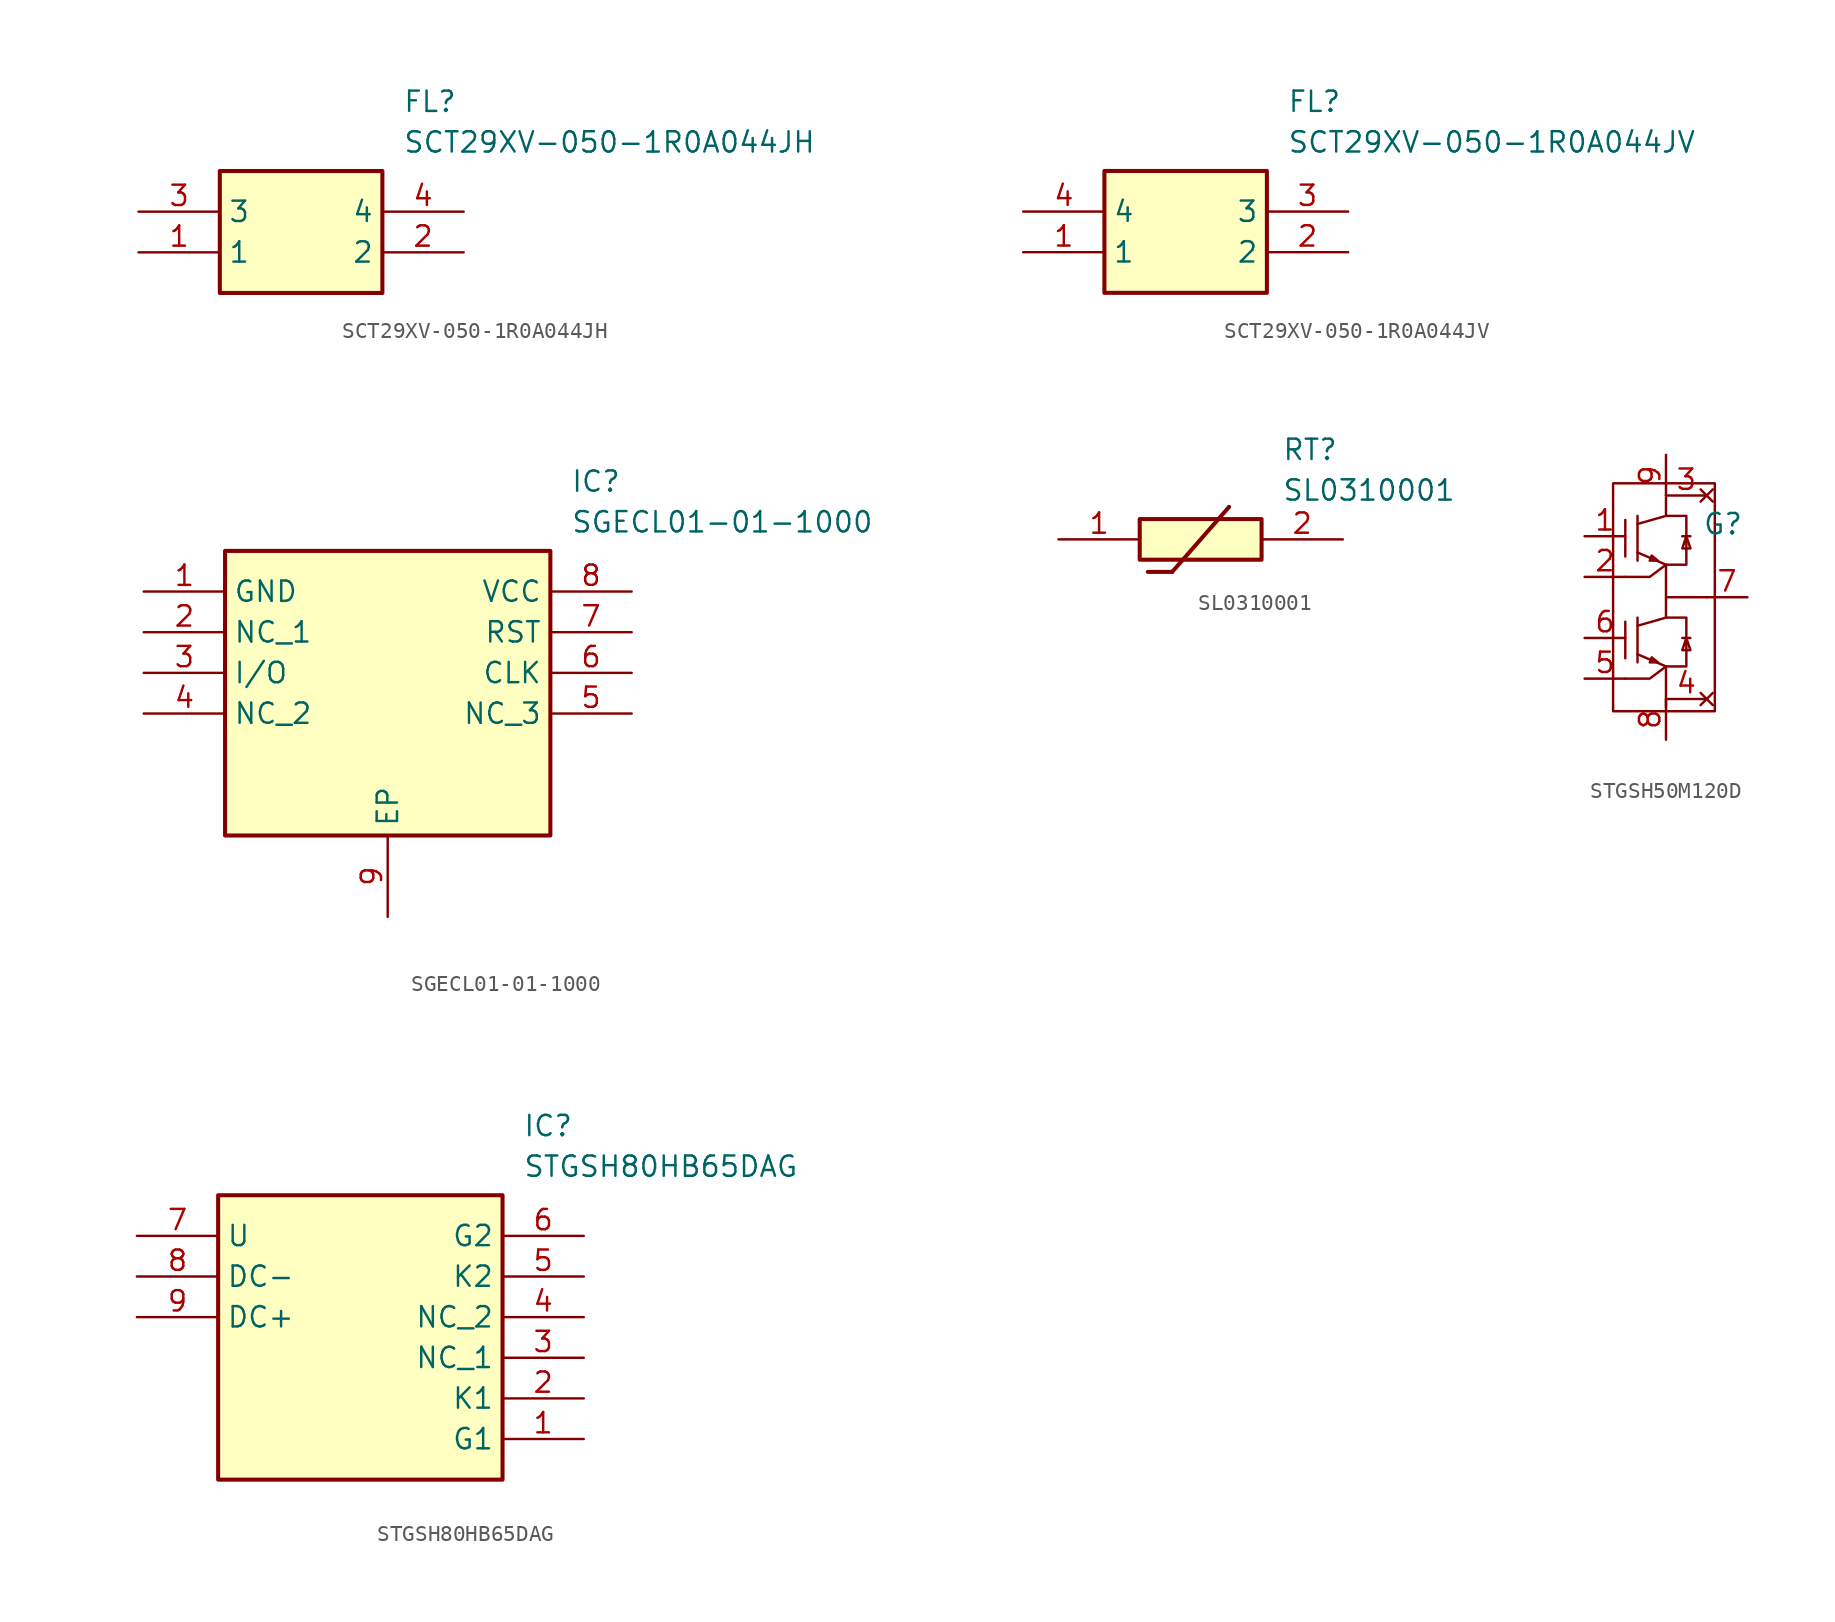
<source format=kicad_sym>
(kicad_symbol_lib
  (version 20241209)
  (generator "kicad_symbol_editor")
  (generator_version "9.0")
  (symbol "SCT29XV-050-1R0A044JH"
    (property "Reference" "FL"
      (at 16.51 7.62 0)
      (effects (font (size 1.27 1.27)) (justify left top)))
    (property "Value" "SCT29XV-050-1R0A044JH"
      (at 16.51 5.08 0)
      (effects (font (size 1.27 1.27)) (justify left top)))
    (symbol "SCT29XV-050-1R0A044JH_1_1"
      (rectangle (start 5.08 2.54) (end 15.24 -5.08) (stroke (width 0.254) (type default)) (fill (type background)))
      (pin passive line (at 0 0 0) (length 5.08) (name "3" (effects (font (size 1.27 1.27)))) (number "3" (effects (font (size 1.27 1.27)))))
      (pin passive line (at 0 -2.54 0) (length 5.08) (name "1" (effects (font (size 1.27 1.27)))) (number "1" (effects (font (size 1.27 1.27)))))
      (pin passive line (at 20.32 0 180) (length 5.08) (name "4" (effects (font (size 1.27 1.27)))) (number "4" (effects (font (size 1.27 1.27)))))
      (pin passive line (at 20.32 -2.54 180) (length 5.08) (name "2" (effects (font (size 1.27 1.27)))) (number "2" (effects (font (size 1.27 1.27)))))))
  (symbol "SCT29XV-050-1R0A044JV"
    (property "Reference" "FL"
      (at 16.51 7.62 0)
      (effects (font (size 1.27 1.27)) (justify left top)))
    (property "Value" "SCT29XV-050-1R0A044JV"
      (at 16.51 5.08 0)
      (effects (font (size 1.27 1.27)) (justify left top)))
    (symbol "SCT29XV-050-1R0A044JV_1_1"
      (rectangle (start 5.08 2.54) (end 15.24 -5.08) (stroke (width 0.254) (type default)) (fill (type background)))
      (pin passive line (at 0 0 0) (length 5.08) (name "4" (effects (font (size 1.27 1.27)))) (number "4" (effects (font (size 1.27 1.27)))))
      (pin passive line (at 0 -2.54 0) (length 5.08) (name "1" (effects (font (size 1.27 1.27)))) (number "1" (effects (font (size 1.27 1.27)))))
      (pin passive line (at 20.32 0 180) (length 5.08) (name "3" (effects (font (size 1.27 1.27)))) (number "3" (effects (font (size 1.27 1.27)))))
      (pin passive line (at 20.32 -2.54 180) (length 5.08) (name "2" (effects (font (size 1.27 1.27)))) (number "2" (effects (font (size 1.27 1.27)))))))
  (symbol "SGECL01-01-1000"
    (property "Reference" "IC"
      (at 26.67 7.62 0)
      (effects (font (size 1.27 1.27)) (justify left top)))
    (property "Value" "SGECL01-01-1000"
      (at 26.67 5.08 0)
      (effects (font (size 1.27 1.27)) (justify left top)))
    (symbol "SGECL01-01-1000_1_1"
      (rectangle (start 5.08 2.54) (end 25.4 -15.24) (stroke (width 0.254) (type default)) (fill (type background)))
      (pin passive line (at 0 0 0) (length 5.08) (name "GND" (effects (font (size 1.27 1.27)))) (number "1" (effects (font (size 1.27 1.27)))))
      (pin passive line (at 0 -2.54 0) (length 5.08) (name "NC_1" (effects (font (size 1.27 1.27)))) (number "2" (effects (font (size 1.27 1.27)))))
      (pin passive line (at 0 -5.08 0) (length 5.08) (name "I/O" (effects (font (size 1.27 1.27)))) (number "3" (effects (font (size 1.27 1.27)))))
      (pin passive line (at 0 -7.62 0) (length 5.08) (name "NC_2" (effects (font (size 1.27 1.27)))) (number "4" (effects (font (size 1.27 1.27)))))
      (pin passive line (at 15.24 -20.32 90) (length 5.08) (name "EP" (effects (font (size 1.27 1.27)))) (number "9" (effects (font (size 1.27 1.27)))))
      (pin passive line (at 30.48 0 180) (length 5.08) (name "VCC" (effects (font (size 1.27 1.27)))) (number "8" (effects (font (size 1.27 1.27)))))
      (pin passive line (at 30.48 -2.54 180) (length 5.08) (name "RST" (effects (font (size 1.27 1.27)))) (number "7" (effects (font (size 1.27 1.27)))))
      (pin passive line (at 30.48 -5.08 180) (length 5.08) (name "CLK" (effects (font (size 1.27 1.27)))) (number "6" (effects (font (size 1.27 1.27)))))
      (pin passive line (at 30.48 -7.62 180) (length 5.08) (name "NC_3" (effects (font (size 1.27 1.27)))) (number "5" (effects (font (size 1.27 1.27)))))))
  (symbol "SL0310001"
    (pin_names
      (hide yes))
    (property "Reference" "RT"
      (at 13.97 6.35 0)
      (effects (font (size 1.27 1.27)) (justify left top)))
    (property "Value" "SL0310001"
      (at 13.97 3.81 0)
      (effects (font (size 1.27 1.27)) (justify left top)))
    (symbol "SL0310001_1_1"
      (rectangle (start 5.08 1.27) (end 12.7 -1.27) (stroke (width 0.254) (type default)) (fill (type background)))
      (polyline (pts (xy 5.588 -2.032) (xy 7.112 -2.032)) (stroke (width 0.254) (type default)) (fill (type none)))
      (polyline (pts (xy 10.668 2.032) (xy 7.112 -2.032)) (stroke (width 0.254) (type default)) (fill (type none)))
      (pin passive line (at 0 0 0) (length 5.08) (name "1" (effects (font (size 1.27 1.27)))) (number "1" (effects (font (size 1.27 1.27)))))
      (pin passive line (at 17.78 0 180) (length 5.08) (name "2" (effects (font (size 1.27 1.27)))) (number "2" (effects (font (size 1.27 1.27)))))))
  (symbol "STGSH50M120D"
    (pin_names
      (offset 0)
      (hide yes))
    (property "Reference" "G"
      (at 3.556 4.572 0)
      (effects (font (size 1.27 1.27))))
    (symbol "STGSH50M120D_0_1"
      (rectangle (start -3.302 7.112) (end 3.048 -7.112) (stroke (width 0) (type default)) (fill (type none)))
      (polyline (pts (xy -2.54 4.826) (xy -2.54 2.54)) (stroke (width 0) (type default)) (fill (type none)))
      (polyline (pts (xy -2.54 1.27) (xy -1.016 1.27) (xy 0 2.032) (xy 0 0) (xy 0 0) (xy 2.54 0)) (stroke (width 0) (type default)) (fill (type none)))
      (polyline (pts (xy -2.54 -1.524) (xy -2.54 -3.81)) (stroke (width 0) (type default)) (fill (type none)))
      (polyline (pts (xy -2.54 -5.08) (xy -1.016 -5.08) (xy 0 -4.318)) (stroke (width 0) (type default)) (fill (type none)))
      (polyline (pts (xy -1.778 5.08) (xy -1.778 2.286)) (stroke (width 0) (type default)) (fill (type none)))
      (polyline (pts (xy -1.778 2.794) (xy 0 2.032)) (stroke (width 0) (type default)) (fill (type none)))
      (polyline (pts (xy -1.778 -1.27) (xy -1.778 -4.064)) (stroke (width 0) (type default)) (fill (type none)))
      (polyline (pts (xy -1.778 -3.556) (xy 0 -4.318)) (stroke (width 0) (type default)) (fill (type none)))
      (polyline (pts (xy -1.016 2.286) (xy -0.508 2.286) (xy -0.89 2.602) (xy -1.016 2.286)) (stroke (width 0) (type default)) (fill (type none)))
      (polyline (pts (xy -1.016 -4.064) (xy -0.508 -4.064) (xy -0.89 -3.748) (xy -1.016 -4.064)) (stroke (width 0) (type default)) (fill (type none)))
      (polyline (pts (xy 0 6.35) (xy 0 5.08) (xy -1.778 4.572)) (stroke (width 0) (type default)) (fill (type none)))
      (polyline (pts (xy 0 5.08) (xy 1.27 5.08) (xy 1.27 2.032) (xy 0 2.032)) (stroke (width 0) (type default)) (fill (type none)))
      (polyline (pts (xy 0 0) (xy 0 -1.27) (xy -1.778 -1.778)) (stroke (width 0) (type default)) (fill (type none)))
      (polyline (pts (xy 0 -1.27) (xy 1.27 -1.27) (xy 1.27 -4.318) (xy 0 -4.318)) (stroke (width 0) (type default)) (fill (type none)))
      (polyline (pts (xy 0 -4.318) (xy 0 -6.858)) (stroke (width 0) (type default)) (fill (type none)))
      (polyline (pts (xy 1.016 3.81) (xy 1.524 3.81)) (stroke (width 0) (type default)) (fill (type none)))
      (polyline (pts (xy 1.016 -2.54) (xy 1.524 -2.54)) (stroke (width 0) (type default)) (fill (type none)))
      (polyline (pts (xy 1.27 3.81) (xy 1.016 3.048) (xy 1.524 3.048) (xy 1.27 3.81)) (stroke (width 0) (type default)) (fill (type color) (color 0 0 0 0)))
      (polyline (pts (xy 1.27 -2.54) (xy 1.016 -3.302) (xy 1.524 -3.302) (xy 1.27 -2.54)) (stroke (width 0) (type default)) (fill (type color) (color 0 0 0 0))))
    (symbol "STGSH50M120D_1_1"
      (pin input line (at -5.08 3.81 0) (length 2.54) (name "G1" (effects (font (size 1.27 1.27)))) (number "1" (effects (font (size 1.27 1.27)))))
      (pin input line (at -5.08 1.27 0) (length 2.54) (name "K1" (effects (font (size 1.27 1.27)))) (number "2" (effects (font (size 1.27 1.27)))))
      (pin input line (at -5.08 -2.54 0) (length 2.54) (name "G2" (effects (font (size 1.27 1.27)))) (number "6" (effects (font (size 1.27 1.27)))))
      (pin output line (at -5.08 -5.08 0) (length 2.54) (name "K2" (effects (font (size 1.27 1.27)))) (number "5" (effects (font (size 1.27 1.27)))))
      (pin input line (at 0 8.89 270) (length 2.54) (name "DC+" (effects (font (size 1.27 1.27)))) (number "9" (effects (font (size 1.27 1.27)))))
      (pin output line (at 0 -8.89 90) (length 2.54) (name "DC-" (effects (font (size 1.27 1.27)))) (number "8" (effects (font (size 1.27 1.27)))))
      (pin no_connect line (at 2.54 6.35 180) (length 2.54) (name "NC" (effects (font (size 1.27 1.27)))) (number "3" (effects (font (size 1.27 1.27)))))
      (pin no_connect line (at 2.54 -6.35 180) (length 2.54) (name "NC" (effects (font (size 1.27 1.27)))) (number "4" (effects (font (size 1.27 1.27)))))
      (pin bidirectional line (at 5.08 0 180) (length 2.54) (name "U" (effects (font (size 1.27 1.27)))) (number "7" (effects (font (size 1.27 1.27)))))))
  (symbol "STGSH80HB65DAG"
    (property "Reference" "IC"
      (at 24.13 7.62 0)
      (effects (font (size 1.27 1.27)) (justify left top)))
    (property "Value" "STGSH80HB65DAG"
      (at 24.13 5.08 0)
      (effects (font (size 1.27 1.27)) (justify left top)))
    (symbol "STGSH80HB65DAG_1_1"
      (rectangle (start 5.08 2.54) (end 22.86 -15.24) (stroke (width 0.254) (type default)) (fill (type background)))
      (pin passive line (at 0 0 0) (length 5.08) (name "U" (effects (font (size 1.27 1.27)))) (number "7" (effects (font (size 1.27 1.27)))))
      (pin passive line (at 0 -2.54 0) (length 5.08) (name "DC-" (effects (font (size 1.27 1.27)))) (number "8" (effects (font (size 1.27 1.27)))))
      (pin passive line (at 0 -5.08 0) (length 5.08) (name "DC+" (effects (font (size 1.27 1.27)))) (number "9" (effects (font (size 1.27 1.27)))))
      (pin passive line (at 27.94 0 180) (length 5.08) (name "G2" (effects (font (size 1.27 1.27)))) (number "6" (effects (font (size 1.27 1.27)))))
      (pin passive line (at 27.94 -2.54 180) (length 5.08) (name "K2" (effects (font (size 1.27 1.27)))) (number "5" (effects (font (size 1.27 1.27)))))
      (pin passive line (at 27.94 -5.08 180) (length 5.08) (name "NC_2" (effects (font (size 1.27 1.27)))) (number "4" (effects (font (size 1.27 1.27)))))
      (pin passive line (at 27.94 -7.62 180) (length 5.08) (name "NC_1" (effects (font (size 1.27 1.27)))) (number "3" (effects (font (size 1.27 1.27)))))
      (pin passive line (at 27.94 -10.16 180) (length 5.08) (name "K1" (effects (font (size 1.27 1.27)))) (number "2" (effects (font (size 1.27 1.27)))))
      (pin passive line (at 27.94 -12.7 180) (length 5.08) (name "G1" (effects (font (size 1.27 1.27)))) (number "1" (effects (font (size 1.27 1.27))))))))
</source>
